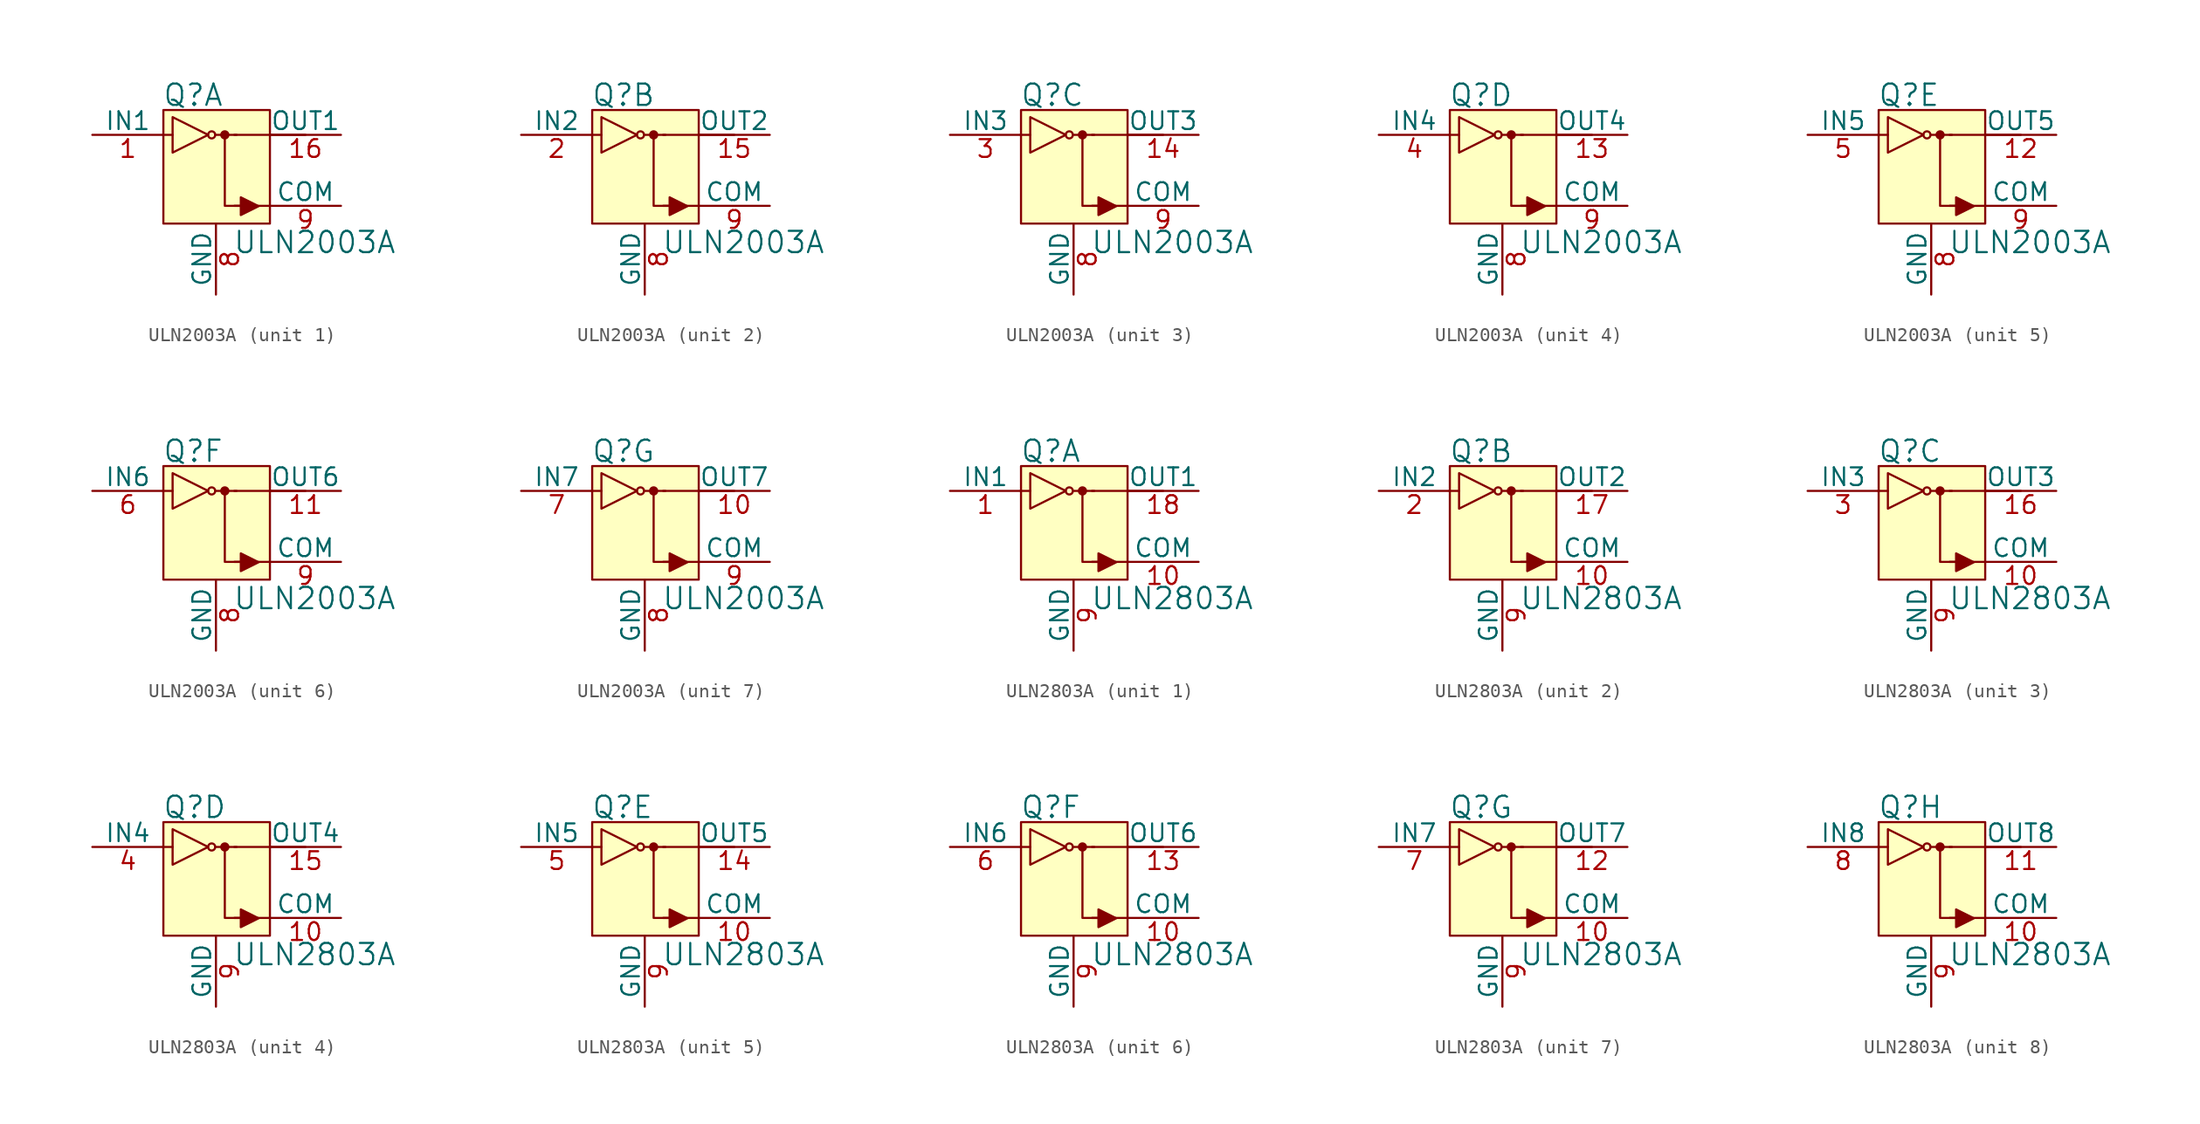
<source format=kicad_sym>
(kicad_symbol_lib
  (version 20220914)
  (generator kicad_symbol_editor)
  (symbol "ULN2003A"
    (pin_names
      (offset 0))
    (property "Reference" "Q"
      (at -3.835 5.41 0)
      (effects (font (size 1.524 1.524)) (justify left)))
    (property "Value" "ULN2003A"
      (at 1.194 -5.131 0)
      (effects (font (size 1.524 1.524)) (justify left)))
    (property "ki_locked" ""
      (at 0 0 0)
      (effects (font (size 1.27 1.27))))
    (symbol "ULN2003A_0_1"
      (rectangle (start -3.759 4.343) (end 3.861 -3.785) (stroke (width 0) (type solid)) (fill (type background)))
      (circle (center -0.305 2.565) (radius 0.254) (stroke (width 0) (type solid)) (fill (type none)))
      (polyline (pts (xy -3.785 2.565) (xy -3.099 2.565)) (stroke (width 0) (type solid)) (fill (type none)))
      (polyline (pts (xy -0.051 2.565) (xy 1.473 2.565)) (stroke (width 0) (type solid)) (fill (type none)))
      (polyline (pts (xy 1.321 2.565) (xy 6.401 2.565)) (stroke (width 0) (type solid)) (fill (type none)))
      (polyline (pts (xy 3.861 -2.515) (xy 1.321 -2.515)) (stroke (width 0) (type solid)) (fill (type none)))
      (polyline (pts (xy 2.159 -2.515) (xy 0.635 -2.515) (xy 0.635 2.565)) (stroke (width 0) (type solid)) (fill (type none)))
      (polyline (pts (xy -3.099 3.835) (xy -3.099 1.295) (xy -0.559 2.565) (xy -3.099 3.835)) (stroke (width 0) (type solid)) (fill (type none)))
      (polyline (pts (xy 1.778 -1.905) (xy 1.778 -3.175) (xy 3.048 -2.54) (xy 1.778 -1.905)) (stroke (width 0) (type solid)) (fill (type outline)))
      (circle (center 0.635 2.565) (radius 0.254) (stroke (width 0) (type solid)) (fill (type outline)))
      (pin power_in line (at 0 -8.865 90) (length 5.08) (name "GND" (effects (font (size 1.27 1.27)))) (number "8" (effects (font (size 1.27 1.27)))))
      (pin output line (at 8.941 -2.515 180) (length 5.08) (name "COM" (effects (font (size 1.27 1.27)))) (number "9" (effects (font (size 1.27 1.27))))))
    (symbol "ULN2003A_1_1"
      (pin input line (at -8.839 2.565 0) (length 5.08) (name "IN1" (effects (font (size 1.27 1.27)))) (number "1" (effects (font (size 1.27 1.27)))))
      (pin output line (at 8.941 2.565 180) (length 5.08) (name "OUT1" (effects (font (size 1.27 1.27)))) (number "16" (effects (font (size 1.27 1.27))))))
    (symbol "ULN2003A_2_1"
      (pin output line (at 8.941 2.565 180) (length 5.08) (name "OUT2" (effects (font (size 1.27 1.27)))) (number "15" (effects (font (size 1.27 1.27)))))
      (pin input line (at -8.839 2.565 0) (length 5.08) (name "IN2" (effects (font (size 1.27 1.27)))) (number "2" (effects (font (size 1.27 1.27))))))
    (symbol "ULN2003A_3_1"
      (pin output line (at 8.941 2.565 180) (length 5.08) (name "OUT3" (effects (font (size 1.27 1.27)))) (number "14" (effects (font (size 1.27 1.27)))))
      (pin input line (at -8.839 2.565 0) (length 5.08) (name "IN3" (effects (font (size 1.27 1.27)))) (number "3" (effects (font (size 1.27 1.27))))))
    (symbol "ULN2003A_4_1"
      (pin output line (at 8.941 2.565 180) (length 5.08) (name "OUT4" (effects (font (size 1.27 1.27)))) (number "13" (effects (font (size 1.27 1.27)))))
      (pin input line (at -8.839 2.565 0) (length 5.08) (name "IN4" (effects (font (size 1.27 1.27)))) (number "4" (effects (font (size 1.27 1.27))))))
    (symbol "ULN2003A_5_1"
      (pin output line (at 8.941 2.565 180) (length 5.08) (name "OUT5" (effects (font (size 1.27 1.27)))) (number "12" (effects (font (size 1.27 1.27)))))
      (pin input line (at -8.839 2.565 0) (length 5.08) (name "IN5" (effects (font (size 1.27 1.27)))) (number "5" (effects (font (size 1.27 1.27))))))
    (symbol "ULN2003A_6_1"
      (pin output line (at 8.941 2.565 180) (length 5.08) (name "OUT6" (effects (font (size 1.27 1.27)))) (number "11" (effects (font (size 1.27 1.27)))))
      (pin input line (at -8.839 2.565 0) (length 5.08) (name "IN6" (effects (font (size 1.27 1.27)))) (number "6" (effects (font (size 1.27 1.27))))))
    (symbol "ULN2003A_7_1"
      (pin output line (at 8.941 2.565 180) (length 5.08) (name "OUT7" (effects (font (size 1.27 1.27)))) (number "10" (effects (font (size 1.27 1.27)))))
      (pin input line (at -8.839 2.565 0) (length 5.08) (name "IN7" (effects (font (size 1.27 1.27)))) (number "7" (effects (font (size 1.27 1.27)))))))
  (symbol "ULN2803A"
    (pin_names
      (offset 0))
    (property "Reference" "Q"
      (at -3.835 5.41 0)
      (effects (font (size 1.524 1.524)) (justify left)))
    (property "Value" "ULN2803A"
      (at 1.194 -5.131 0)
      (effects (font (size 1.524 1.524)) (justify left)))
    (property "ki_locked" ""
      (at 0 0 0)
      (effects (font (size 1.27 1.27))))
    (symbol "ULN2803A_0_1"
      (rectangle (start -3.759 4.343) (end 3.861 -3.785) (stroke (width 0) (type solid)) (fill (type background)))
      (circle (center -0.305 2.565) (radius 0.254) (stroke (width 0) (type solid)) (fill (type none)))
      (polyline (pts (xy -3.785 2.565) (xy -3.099 2.565)) (stroke (width 0) (type solid)) (fill (type none)))
      (polyline (pts (xy -0.051 2.565) (xy 1.473 2.565)) (stroke (width 0) (type solid)) (fill (type none)))
      (polyline (pts (xy 1.321 2.565) (xy 6.401 2.565)) (stroke (width 0) (type solid)) (fill (type none)))
      (polyline (pts (xy 3.861 -2.515) (xy 1.321 -2.515)) (stroke (width 0) (type solid)) (fill (type none)))
      (polyline (pts (xy 2.159 -2.515) (xy 0.635 -2.515) (xy 0.635 2.565)) (stroke (width 0) (type solid)) (fill (type none)))
      (polyline (pts (xy -3.099 3.835) (xy -3.099 1.295) (xy -0.559 2.565) (xy -3.099 3.835)) (stroke (width 0) (type solid)) (fill (type none)))
      (polyline (pts (xy 1.778 -1.905) (xy 1.778 -3.175) (xy 3.048 -2.54) (xy 1.778 -1.905)) (stroke (width 0) (type solid)) (fill (type outline)))
      (circle (center 0.635 2.565) (radius 0.254) (stroke (width 0) (type solid)) (fill (type outline)))
      (pin output line (at 8.941 -2.515 180) (length 5.08) (name "COM" (effects (font (size 1.27 1.27)))) (number "10" (effects (font (size 1.27 1.27)))))
      (pin power_in line (at 0 -8.865 90) (length 5.08) (name "GND" (effects (font (size 1.27 1.27)))) (number "9" (effects (font (size 1.27 1.27))))))
    (symbol "ULN2803A_1_1"
      (pin input line (at -8.839 2.565 0) (length 5.08) (name "IN1" (effects (font (size 1.27 1.27)))) (number "1" (effects (font (size 1.27 1.27)))))
      (pin output line (at 8.941 2.565 180) (length 5.08) (name "OUT1" (effects (font (size 1.27 1.27)))) (number "18" (effects (font (size 1.27 1.27))))))
    (symbol "ULN2803A_2_1"
      (pin output line (at 8.941 2.565 180) (length 5.08) (name "OUT2" (effects (font (size 1.27 1.27)))) (number "17" (effects (font (size 1.27 1.27)))))
      (pin input line (at -8.839 2.565 0) (length 5.08) (name "IN2" (effects (font (size 1.27 1.27)))) (number "2" (effects (font (size 1.27 1.27))))))
    (symbol "ULN2803A_3_1"
      (pin output line (at 8.941 2.565 180) (length 5.08) (name "OUT3" (effects (font (size 1.27 1.27)))) (number "16" (effects (font (size 1.27 1.27)))))
      (pin input line (at -8.839 2.565 0) (length 5.08) (name "IN3" (effects (font (size 1.27 1.27)))) (number "3" (effects (font (size 1.27 1.27))))))
    (symbol "ULN2803A_4_1"
      (pin output line (at 8.941 2.565 180) (length 5.08) (name "OUT4" (effects (font (size 1.27 1.27)))) (number "15" (effects (font (size 1.27 1.27)))))
      (pin input line (at -8.839 2.565 0) (length 5.08) (name "IN4" (effects (font (size 1.27 1.27)))) (number "4" (effects (font (size 1.27 1.27))))))
    (symbol "ULN2803A_5_1"
      (pin output line (at 8.941 2.565 180) (length 5.08) (name "OUT5" (effects (font (size 1.27 1.27)))) (number "14" (effects (font (size 1.27 1.27)))))
      (pin input line (at -8.839 2.565 0) (length 5.08) (name "IN5" (effects (font (size 1.27 1.27)))) (number "5" (effects (font (size 1.27 1.27))))))
    (symbol "ULN2803A_6_1"
      (pin output line (at 8.941 2.565 180) (length 5.08) (name "OUT6" (effects (font (size 1.27 1.27)))) (number "13" (effects (font (size 1.27 1.27)))))
      (pin input line (at -8.839 2.565 0) (length 5.08) (name "IN6" (effects (font (size 1.27 1.27)))) (number "6" (effects (font (size 1.27 1.27))))))
    (symbol "ULN2803A_7_1"
      (pin output line (at 8.941 2.565 180) (length 5.08) (name "OUT7" (effects (font (size 1.27 1.27)))) (number "12" (effects (font (size 1.27 1.27)))))
      (pin input line (at -8.839 2.565 0) (length 5.08) (name "IN7" (effects (font (size 1.27 1.27)))) (number "7" (effects (font (size 1.27 1.27))))))
    (symbol "ULN2803A_8_1"
      (pin output line (at 8.941 2.565 180) (length 5.08) (name "OUT8" (effects (font (size 1.27 1.27)))) (number "11" (effects (font (size 1.27 1.27)))))
      (pin input line (at -8.839 2.565 0) (length 5.08) (name "IN8" (effects (font (size 1.27 1.27)))) (number "8" (effects (font (size 1.27 1.27))))))))
</source>
